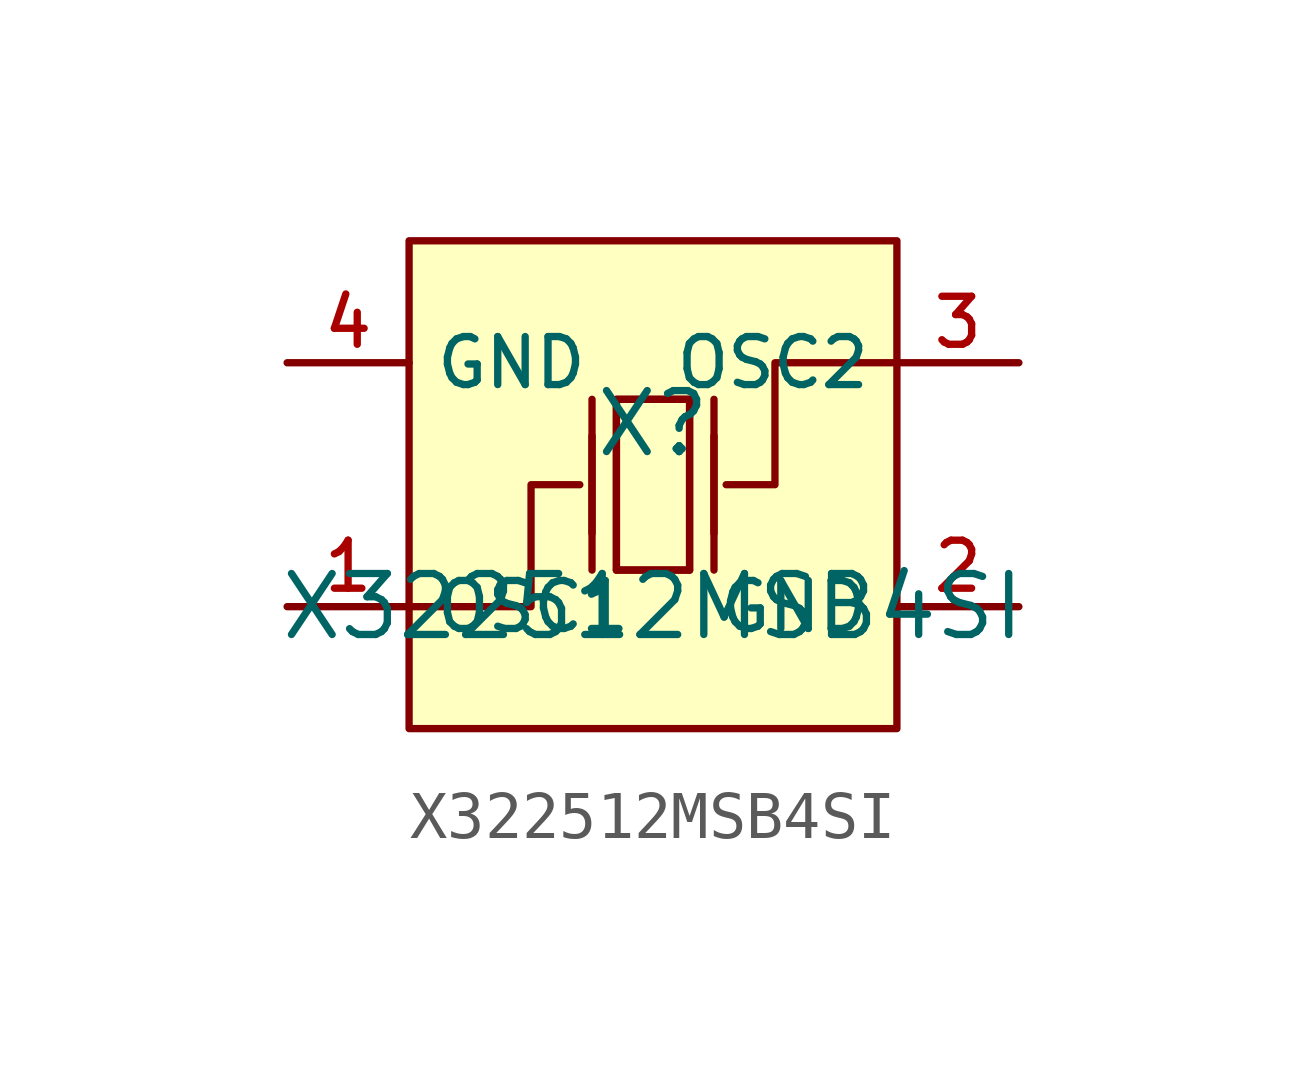
<source format=kicad_sym>
(kicad_symbol_lib
  (version 20210201)
  (generator TousstNicolas/JLC2KiCad_lib)
  (symbol "X322512MSB4SI"
    (property "Reference" "X"
      (at 0 1.27 0)
      (effects (font (size 1.27 1.27))))
    (property "Value" "X322512MSB4SI"
      (at 0 -2.54 0)
      (effects (font (size 1.27 1.27))))
    (symbol "X322512MSB4SI_0_1"
      (pin unspecified line (at 7.62 2.54 180) (length 2.54) (name "OSC2" (effects (font (size 1 1)))) (number "3" (effects (font (size 1 1)))))
      (pin unspecified line (at -7.62 -2.54 0) (length 2.54) (name "OSC1" (effects (font (size 1 1)))) (number "1" (effects (font (size 1 1)))))
      (rectangle (start -5.08 5.08) (end 5.08 -5.08) (stroke (width 0) (type default) (color 0 0 0 0)) (fill (type background)))
      (pin unspecified line (at 7.62 -2.54 180) (length 2.54) (name "GND" (effects (font (size 1 1)))) (number "2" (effects (font (size 1 1)))))
      (pin unspecified line (at -7.62 2.54 0) (length 2.54) (name "GND" (effects (font (size 1 1)))) (number "4" (effects (font (size 1 1)))))
      (polyline (pts (xy 0.762 1.778) (xy 0.762 -1.778) (xy -0.762 -1.778) (xy -0.762 1.778) (xy 0.762 1.778)) (stroke (width 0) (type default) (color 0 0 0 0)) (fill (type none)))
      (polyline (pts (xy -1.27 -1.778) (xy -1.27 1.778)) (stroke (width 0) (type default) (color 0 0 0 0)) (fill (type none)))
      (polyline (pts (xy 1.27 -1.778) (xy 1.27 1.778)) (stroke (width 0) (type default) (color 0 0 0 0)) (fill (type none)))
      (polyline (pts (xy -5.08 -2.54) (xy -2.54 -2.54) (xy -2.54 -0.0) (xy -1.524 -0.0)) (stroke (width 0) (type default) (color 0 0 0 0)) (fill (type none)))
      (polyline (pts (xy 5.08 2.54) (xy 2.54 2.54) (xy 2.54 -0.0) (xy 1.524 -0.0)) (stroke (width 0) (type default) (color 0 0 0 0)) (fill (type none)))
      (polyline (pts (xy -0.762 -1.778) (xy -0.762 1.778) (xy 0.762 1.778) (xy 0.762 -1.778)) (stroke (width 0) (type default) (color 0 0 0 0)) (fill (type none)))
      (polyline (pts (xy 1.27 -1.016) (xy 1.27 1.016)) (stroke (width 0) (type default) (color 0 0 0 0)) (fill (type none)))
      (polyline (pts (xy 0.762 -1.778) (xy -0.762 -1.778)) (stroke (width 0) (type default) (color 0 0 0 0)) (fill (type none)))
      (polyline (pts (xy -1.27 -1.016) (xy -1.27 1.016)) (stroke (width 0) (type default) (color 0 0 0 0)) (fill (type none))))))
</source>
